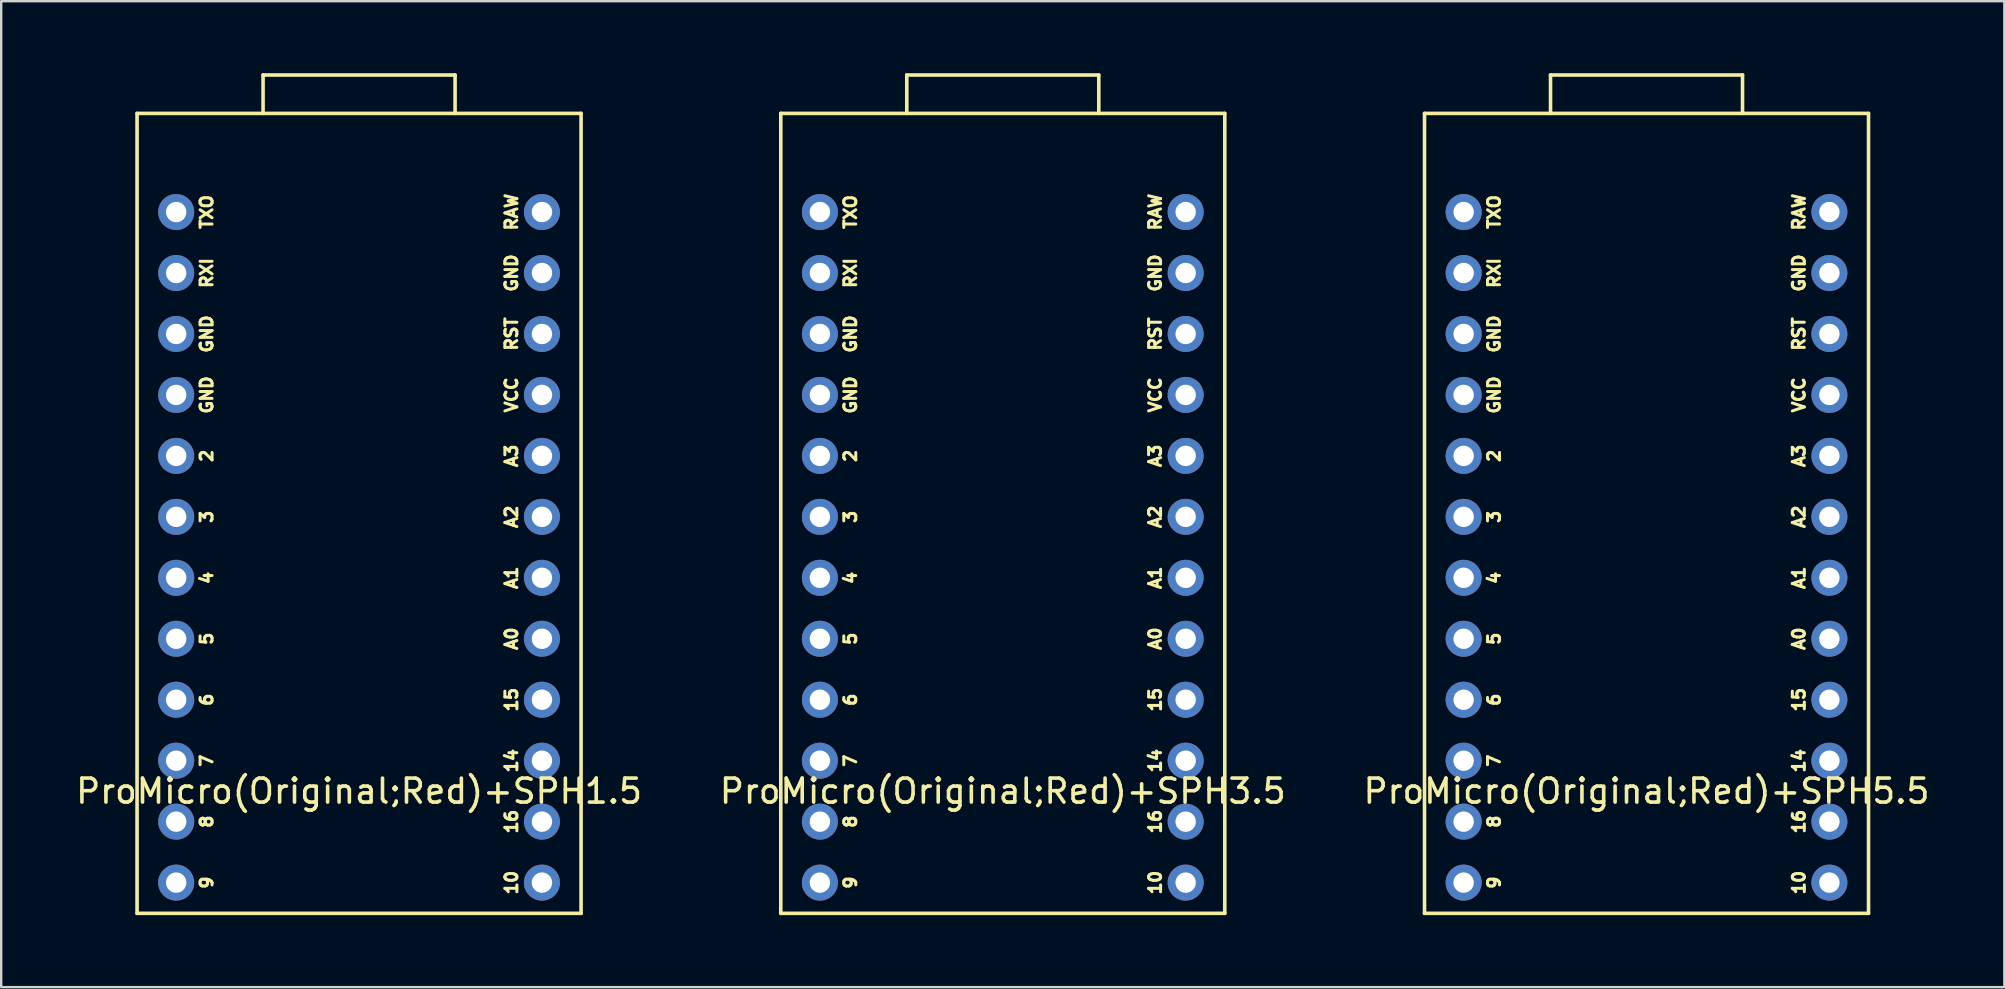
<source format=kicad_pcb>
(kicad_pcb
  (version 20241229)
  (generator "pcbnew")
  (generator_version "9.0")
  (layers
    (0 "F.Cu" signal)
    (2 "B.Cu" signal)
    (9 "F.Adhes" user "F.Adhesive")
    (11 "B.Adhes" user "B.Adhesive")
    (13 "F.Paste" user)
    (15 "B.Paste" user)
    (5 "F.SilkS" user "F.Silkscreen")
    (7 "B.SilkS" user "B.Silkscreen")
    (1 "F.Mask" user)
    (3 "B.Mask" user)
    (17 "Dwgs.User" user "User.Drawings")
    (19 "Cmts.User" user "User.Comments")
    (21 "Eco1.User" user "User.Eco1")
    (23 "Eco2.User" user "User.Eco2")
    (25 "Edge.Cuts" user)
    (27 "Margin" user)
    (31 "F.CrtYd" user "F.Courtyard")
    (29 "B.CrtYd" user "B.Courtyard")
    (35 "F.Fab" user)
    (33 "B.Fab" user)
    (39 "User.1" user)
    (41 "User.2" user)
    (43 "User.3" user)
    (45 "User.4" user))
  (footprint "ProMicro(Original;Red)+SPH1.5"
    (layer "F.Cu")
    (at 4.291 5.785)
    (property "Reference" "ProMicro(Original;Red)+SPH1.5" (at 7.62 24.13 0) (layer "F.SilkS") (effects (font (size 1 1) (thickness 0.15))))
    (attr through_hole)
    (fp_line (start -1.63 -4.11) (end -1.63 29.22) (stroke (width 0.15) (type solid)) (layer "F.SilkS"))
    (fp_line (start -1.63 29.22) (end 16.87 29.22) (stroke (width 0.15) (type solid)) (layer "F.SilkS"))
    (fp_line (start 3.62 -5.71) (end 11.62 -5.71) (stroke (width 0.15) (type solid)) (layer "F.SilkS"))
    (fp_line (start 3.62 -4.11) (end 3.62 -5.71) (stroke (width 0.15) (type solid)) (layer "F.SilkS"))
    (fp_line (start 11.62 -5.71) (end 11.62 -4.11) (stroke (width 0.15) (type solid)) (layer "F.SilkS"))
    (fp_line (start 16.87 -4.11) (end -1.63 -4.11) (stroke (width 0.15) (type solid)) (layer "F.SilkS"))
    (fp_line (start 16.87 29.22) (end 16.87 -4.11) (stroke (width 0.15) (type solid)) (layer "F.SilkS"))
    (fp_text user "RAW" (at 13.97 0 90) (layer "F.SilkS") (effects (font (size 0.5 0.5) (thickness 0.125))))
    (fp_text user "16" (at 13.97 25.4 90) (layer "F.SilkS") (effects (font (size 0.5 0.5) (thickness 0.125))))
    (fp_text user "6" (at 1.27 20.32 90) (layer "F.SilkS") (effects (font (size 0.5 0.5) (thickness 0.125))))
    (fp_text user "GND" (at 13.97 2.54 90) (layer "F.SilkS") (effects (font (size 0.5 0.5) (thickness 0.125))))
    (fp_text user "9" (at 1.27 27.94 90) (layer "F.SilkS") (effects (font (size 0.5 0.5) (thickness 0.125))))
    (fp_text user "RST" (at 13.97 5.08 90) (layer "F.SilkS") (effects (font (size 0.5 0.5) (thickness 0.125))))
    (fp_text user "8" (at 1.27 25.4 90) (layer "F.SilkS") (effects (font (size 0.5 0.5) (thickness 0.125))))
    (fp_text user "A0" (at 13.97 17.78 90) (layer "F.SilkS") (effects (font (size 0.5 0.5) (thickness 0.125))))
    (fp_text user "RXI" (at 1.27 2.54 90) (layer "F.SilkS") (effects (font (size 0.5 0.5) (thickness 0.125))))
    (fp_text user "4" (at 1.27 15.24 90) (layer "F.SilkS") (effects (font (size 0.5 0.5) (thickness 0.125))))
    (fp_text user "TXO" (at 1.27 0 90) (layer "F.SilkS") (effects (font (size 0.5 0.5) (thickness 0.125))))
    (fp_text user "A2" (at 13.97 12.7 90) (layer "F.SilkS") (effects (font (size 0.5 0.5) (thickness 0.125))))
    (fp_text user "A3" (at 13.97 10.16 90) (layer "F.SilkS") (effects (font (size 0.5 0.5) (thickness 0.125))))
    (fp_text user "15" (at 13.97 20.32 90) (layer "F.SilkS") (effects (font (size 0.5 0.5) (thickness 0.125))))
    (fp_text user "7" (at 1.27 22.86 90) (layer "F.SilkS") (effects (font (size 0.5 0.5) (thickness 0.125))))
    (fp_text user "5" (at 1.27 17.78 90) (layer "F.SilkS") (effects (font (size 0.5 0.5) (thickness 0.125))))
    (fp_text user "GND" (at 1.27 7.62 90) (layer "F.SilkS") (effects (font (size 0.5 0.5) (thickness 0.125))))
    (fp_text user "A1" (at 13.97 15.24 90) (layer "F.SilkS") (effects (font (size 0.5 0.5) (thickness 0.125))))
    (fp_text user "GND" (at 1.27 5.08 90) (layer "F.SilkS") (effects (font (size 0.5 0.5) (thickness 0.125))))
    (fp_text user "2" (at 1.27 10.16 90) (layer "F.SilkS") (effects (font (size 0.5 0.5) (thickness 0.125))))
    (fp_text user "14" (at 13.97 22.86 90) (layer "F.SilkS") (effects (font (size 0.5 0.5) (thickness 0.125))))
    (fp_text user "10" (at 13.97 27.94 90) (layer "F.SilkS") (effects (font (size 0.5 0.5) (thickness 0.125))))
    (fp_text user "VCC" (at 13.97 7.62 90) (layer "F.SilkS") (effects (font (size 0.5 0.5) (thickness 0.125))))
    (fp_text user "3" (at 1.27 12.7 90) (layer "F.SilkS") (effects (font (size 0.5 0.5) (thickness 0.125))))
    (pad "2" thru_hole circle (at 0 10.16) (size 1.5 1.5) (drill 0.85) (layers "*.Cu" "*.Mask"))
    (pad "3" thru_hole circle (at 0 12.7) (size 1.5 1.5) (drill 0.85) (layers "*.Cu" "*.Mask"))
    (pad "4" thru_hole circle (at 0 15.24) (size 1.5 1.5) (drill 0.85) (layers "*.Cu" "*.Mask"))
    (pad "5" thru_hole circle (at 0 17.78) (size 1.5 1.5) (drill 0.85) (layers "*.Cu" "*.Mask"))
    (pad "6" thru_hole circle (at 0 20.32) (size 1.5 1.5) (drill 0.85) (layers "*.Cu" "*.Mask"))
    (pad "7" thru_hole circle (at 0 22.86) (size 1.5 1.5) (drill 0.85) (layers "*.Cu" "*.Mask"))
    (pad "8" thru_hole circle (at 0 25.4) (size 1.5 1.5) (drill 0.85) (layers "*.Cu" "*.Mask"))
    (pad "9" thru_hole circle (at 0 27.94) (size 1.5 1.5) (drill 0.85) (layers "*.Cu" "*.Mask"))
    (pad "10" thru_hole circle (at 15.24 27.94) (size 1.5 1.5) (drill 0.85) (layers "*.Cu" "*.Mask"))
    (pad "14" thru_hole circle (at 15.24 22.86) (size 1.5 1.5) (drill 0.85) (layers "*.Cu" "*.Mask"))
    (pad "15" thru_hole circle (at 15.24 20.32) (size 1.5 1.5) (drill 0.85) (layers "*.Cu" "*.Mask"))
    (pad "16" thru_hole circle (at 15.24 25.4) (size 1.5 1.5) (drill 0.85) (layers "*.Cu" "*.Mask"))
    (pad "A0" thru_hole circle (at 15.24 17.78) (size 1.5 1.5) (drill 0.85) (layers "*.Cu" "*.Mask"))
    (pad "A1" thru_hole circle (at 15.24 15.24) (size 1.5 1.5) (drill 0.85) (layers "*.Cu" "*.Mask"))
    (pad "A2" thru_hole circle (at 15.24 12.7) (size 1.5 1.5) (drill 0.85) (layers "*.Cu" "*.Mask"))
    (pad "A3" thru_hole circle (at 15.24 10.16) (size 1.5 1.5) (drill 0.85) (layers "*.Cu" "*.Mask"))
    (pad "GND0" thru_hole circle (at 15.24 2.54) (size 1.5 1.5) (drill 0.85) (layers "*.Cu" "*.Mask"))
    (pad "GND1" thru_hole circle (at 0 5.08) (size 1.5 1.5) (drill 0.85) (layers "*.Cu" "*.Mask"))
    (pad "GND2" thru_hole circle (at 0 7.62) (size 1.5 1.5) (drill 0.85) (layers "*.Cu" "*.Mask"))
    (pad "RAW" thru_hole circle (at 15.24 0) (size 1.5 1.5) (drill 0.85) (layers "*.Cu" "*.Mask"))
    (pad "RST" thru_hole circle (at 15.24 5.08) (size 1.5 1.5) (drill 0.85) (layers "*.Cu" "*.Mask"))
    (pad "RXI" thru_hole circle (at 0 2.54) (size 1.5 1.5) (drill 0.85) (layers "*.Cu" "*.Mask"))
    (pad "TXO" thru_hole circle (at 0 0 90) (size 1.5 1.5) (drill 0.85) (layers "*.Cu" "*.Mask"))
    (pad "VCC" thru_hole circle (at 15.24 7.62) (size 1.5 1.5) (drill 0.85) (layers "*.Cu" "*.Mask")))
  (footprint "ProMicro(Original;Red)+SPH3.5"
    (layer "F.Cu")
    (at 31.112 5.785)
    (property "Reference" "ProMicro(Original;Red)+SPH3.5" (at 7.62 24.13 0) (layer "F.SilkS") (effects (font (size 1 1) (thickness 0.15))))
    (attr through_hole)
    (fp_line (start -1.63 -4.11) (end -1.63 29.22) (stroke (width 0.15) (type solid)) (layer "F.SilkS"))
    (fp_line (start -1.63 29.22) (end 16.87 29.22) (stroke (width 0.15) (type solid)) (layer "F.SilkS"))
    (fp_line (start 3.62 -5.71) (end 11.62 -5.71) (stroke (width 0.15) (type solid)) (layer "F.SilkS"))
    (fp_line (start 3.62 -4.11) (end 3.62 -5.71) (stroke (width 0.15) (type solid)) (layer "F.SilkS"))
    (fp_line (start 11.62 -5.71) (end 11.62 -4.11) (stroke (width 0.15) (type solid)) (layer "F.SilkS"))
    (fp_line (start 16.87 -4.11) (end -1.63 -4.11) (stroke (width 0.15) (type solid)) (layer "F.SilkS"))
    (fp_line (start 16.87 29.22) (end 16.87 -4.11) (stroke (width 0.15) (type solid)) (layer "F.SilkS"))
    (fp_text user "A2" (at 13.97 12.7 90) (layer "F.SilkS") (effects (font (size 0.5 0.5) (thickness 0.125))))
    (fp_text user "A1" (at 13.97 15.24 90) (layer "F.SilkS") (effects (font (size 0.5 0.5) (thickness 0.125))))
    (fp_text user "5" (at 1.27 17.78 90) (layer "F.SilkS") (effects (font (size 0.5 0.5) (thickness 0.125))))
    (fp_text user "GND" (at 13.97 2.54 90) (layer "F.SilkS") (effects (font (size 0.5 0.5) (thickness 0.125))))
    (fp_text user "GND" (at 1.27 5.08 90) (layer "F.SilkS") (effects (font (size 0.5 0.5) (thickness 0.125))))
    (fp_text user "RST" (at 13.97 5.08 90) (layer "F.SilkS") (effects (font (size 0.5 0.5) (thickness 0.125))))
    (fp_text user "15" (at 13.97 20.32 90) (layer "F.SilkS") (effects (font (size 0.5 0.5) (thickness 0.125))))
    (fp_text user "6" (at 1.27 20.32 90) (layer "F.SilkS") (effects (font (size 0.5 0.5) (thickness 0.125))))
    (fp_text user "RAW" (at 13.97 0 90) (layer "F.SilkS") (effects (font (size 0.5 0.5) (thickness 0.125))))
    (fp_text user "VCC" (at 13.97 7.62 90) (layer "F.SilkS") (effects (font (size 0.5 0.5) (thickness 0.125))))
    (fp_text user "RXI" (at 1.27 2.54 90) (layer "F.SilkS") (effects (font (size 0.5 0.5) (thickness 0.125))))
    (fp_text user "14" (at 13.97 22.86 90) (layer "F.SilkS") (effects (font (size 0.5 0.5) (thickness 0.125))))
    (fp_text user "A3" (at 13.97 10.16 90) (layer "F.SilkS") (effects (font (size 0.5 0.5) (thickness 0.125))))
    (fp_text user "2" (at 1.27 10.16 90) (layer "F.SilkS") (effects (font (size 0.5 0.5) (thickness 0.125))))
    (fp_text user "8" (at 1.27 25.4 90) (layer "F.SilkS") (effects (font (size 0.5 0.5) (thickness 0.125))))
    (fp_text user "A0" (at 13.97 17.78 90) (layer "F.SilkS") (effects (font (size 0.5 0.5) (thickness 0.125))))
    (fp_text user "16" (at 13.97 25.4 90) (layer "F.SilkS") (effects (font (size 0.5 0.5) (thickness 0.125))))
    (fp_text user "10" (at 13.97 27.94 90) (layer "F.SilkS") (effects (font (size 0.5 0.5) (thickness 0.125))))
    (fp_text user "4" (at 1.27 15.24 90) (layer "F.SilkS") (effects (font (size 0.5 0.5) (thickness 0.125))))
    (fp_text user "GND" (at 1.27 7.62 90) (layer "F.SilkS") (effects (font (size 0.5 0.5) (thickness 0.125))))
    (fp_text user "7" (at 1.27 22.86 90) (layer "F.SilkS") (effects (font (size 0.5 0.5) (thickness 0.125))))
    (fp_text user "9" (at 1.27 27.94 90) (layer "F.SilkS") (effects (font (size 0.5 0.5) (thickness 0.125))))
    (fp_text user "TXO" (at 1.27 0 90) (layer "F.SilkS") (effects (font (size 0.5 0.5) (thickness 0.125))))
    (fp_text user "3" (at 1.27 12.7 90) (layer "F.SilkS") (effects (font (size 0.5 0.5) (thickness 0.125))))
    (pad "2" thru_hole circle (at 0 10.16) (size 1.5 1.5) (drill 0.85) (layers "*.Cu" "*.Mask"))
    (pad "3" thru_hole circle (at 0 12.7) (size 1.5 1.5) (drill 0.85) (layers "*.Cu" "*.Mask"))
    (pad "4" thru_hole circle (at 0 15.24) (size 1.5 1.5) (drill 0.85) (layers "*.Cu" "*.Mask"))
    (pad "5" thru_hole circle (at 0 17.78) (size 1.5 1.5) (drill 0.85) (layers "*.Cu" "*.Mask"))
    (pad "6" thru_hole circle (at 0 20.32) (size 1.5 1.5) (drill 0.85) (layers "*.Cu" "*.Mask"))
    (pad "7" thru_hole circle (at 0 22.86) (size 1.5 1.5) (drill 0.85) (layers "*.Cu" "*.Mask"))
    (pad "8" thru_hole circle (at 0 25.4) (size 1.5 1.5) (drill 0.85) (layers "*.Cu" "*.Mask"))
    (pad "9" thru_hole circle (at 0 27.94) (size 1.5 1.5) (drill 0.85) (layers "*.Cu" "*.Mask"))
    (pad "10" thru_hole circle (at 15.24 27.94) (size 1.5 1.5) (drill 0.85) (layers "*.Cu" "*.Mask"))
    (pad "14" thru_hole circle (at 15.24 22.86) (size 1.5 1.5) (drill 0.85) (layers "*.Cu" "*.Mask"))
    (pad "15" thru_hole circle (at 15.24 20.32) (size 1.5 1.5) (drill 0.85) (layers "*.Cu" "*.Mask"))
    (pad "16" thru_hole circle (at 15.24 25.4) (size 1.5 1.5) (drill 0.85) (layers "*.Cu" "*.Mask"))
    (pad "A0" thru_hole circle (at 15.24 17.78) (size 1.5 1.5) (drill 0.85) (layers "*.Cu" "*.Mask"))
    (pad "A1" thru_hole circle (at 15.24 15.24) (size 1.5 1.5) (drill 0.85) (layers "*.Cu" "*.Mask"))
    (pad "A2" thru_hole circle (at 15.24 12.7) (size 1.5 1.5) (drill 0.85) (layers "*.Cu" "*.Mask"))
    (pad "A3" thru_hole circle (at 15.24 10.16) (size 1.5 1.5) (drill 0.85) (layers "*.Cu" "*.Mask"))
    (pad "GND0" thru_hole circle (at 15.24 2.54) (size 1.5 1.5) (drill 0.85) (layers "*.Cu" "*.Mask"))
    (pad "GND1" thru_hole circle (at 0 5.08) (size 1.5 1.5) (drill 0.85) (layers "*.Cu" "*.Mask"))
    (pad "GND2" thru_hole circle (at 0 7.62) (size 1.5 1.5) (drill 0.85) (layers "*.Cu" "*.Mask"))
    (pad "RAW" thru_hole circle (at 15.24 0) (size 1.5 1.5) (drill 0.85) (layers "*.Cu" "*.Mask"))
    (pad "RST" thru_hole circle (at 15.24 5.08) (size 1.5 1.5) (drill 0.85) (layers "*.Cu" "*.Mask"))
    (pad "RXI" thru_hole circle (at 0 2.54) (size 1.5 1.5) (drill 0.85) (layers "*.Cu" "*.Mask"))
    (pad "TXO" thru_hole circle (at 0 0 90) (size 1.5 1.5) (drill 0.85) (layers "*.Cu" "*.Mask"))
    (pad "VCC" thru_hole circle (at 15.24 7.62) (size 1.5 1.5) (drill 0.85) (layers "*.Cu" "*.Mask")))
  (footprint "ProMicro(Original;Red)+SPH5.5"
    (layer "F.Cu")
    (at 57.934 5.785)
    (property "Reference" "ProMicro(Original;Red)+SPH5.5" (at 7.62 24.13 0) (layer "F.SilkS") (effects (font (size 1 1) (thickness 0.15))))
    (attr through_hole)
    (fp_line (start -1.63 -4.11) (end -1.63 29.22) (stroke (width 0.15) (type solid)) (layer "F.SilkS"))
    (fp_line (start -1.63 29.22) (end 16.87 29.22) (stroke (width 0.15) (type solid)) (layer "F.SilkS"))
    (fp_line (start 3.62 -5.71) (end 11.62 -5.71) (stroke (width 0.15) (type solid)) (layer "F.SilkS"))
    (fp_line (start 3.62 -4.11) (end 3.62 -5.71) (stroke (width 0.15) (type solid)) (layer "F.SilkS"))
    (fp_line (start 11.62 -5.71) (end 11.62 -4.11) (stroke (width 0.15) (type solid)) (layer "F.SilkS"))
    (fp_line (start 16.87 -4.11) (end -1.63 -4.11) (stroke (width 0.15) (type solid)) (layer "F.SilkS"))
    (fp_line (start 16.87 29.22) (end 16.87 -4.11) (stroke (width 0.15) (type solid)) (layer "F.SilkS"))
    (fp_text user "VCC" (at 13.97 7.62 90) (layer "F.SilkS") (effects (font (size 0.5 0.5) (thickness 0.125))))
    (fp_text user "RST" (at 13.97 5.08 90) (layer "F.SilkS") (effects (font (size 0.5 0.5) (thickness 0.125))))
    (fp_text user "5" (at 1.27 17.78 90) (layer "F.SilkS") (effects (font (size 0.5 0.5) (thickness 0.125))))
    (fp_text user "3" (at 1.27 12.7 90) (layer "F.SilkS") (effects (font (size 0.5 0.5) (thickness 0.125))))
    (fp_text user "10" (at 13.97 27.94 90) (layer "F.SilkS") (effects (font (size 0.5 0.5) (thickness 0.125))))
    (fp_text user "9" (at 1.27 27.94 90) (layer "F.SilkS") (effects (font (size 0.5 0.5) (thickness 0.125))))
    (fp_text user "GND" (at 1.27 7.62 90) (layer "F.SilkS") (effects (font (size 0.5 0.5) (thickness 0.125))))
    (fp_text user "14" (at 13.97 22.86 90) (layer "F.SilkS") (effects (font (size 0.5 0.5) (thickness 0.125))))
    (fp_text user "A2" (at 13.97 12.7 90) (layer "F.SilkS") (effects (font (size 0.5 0.5) (thickness 0.125))))
    (fp_text user "GND" (at 13.97 2.54 90) (layer "F.SilkS") (effects (font (size 0.5 0.5) (thickness 0.125))))
    (fp_text user "2" (at 1.27 10.16 90) (layer "F.SilkS") (effects (font (size 0.5 0.5) (thickness 0.125))))
    (fp_text user "A1" (at 13.97 15.24 90) (layer "F.SilkS") (effects (font (size 0.5 0.5) (thickness 0.125))))
    (fp_text user "RAW" (at 13.97 0 90) (layer "F.SilkS") (effects (font (size 0.5 0.5) (thickness 0.125))))
    (fp_text user "A0" (at 13.97 17.78 90) (layer "F.SilkS") (effects (font (size 0.5 0.5) (thickness 0.125))))
    (fp_text user "16" (at 13.97 25.4 90) (layer "F.SilkS") (effects (font (size 0.5 0.5) (thickness 0.125))))
    (fp_text user "15" (at 13.97 20.32 90) (layer "F.SilkS") (effects (font (size 0.5 0.5) (thickness 0.125))))
    (fp_text user "GND" (at 1.27 5.08 90) (layer "F.SilkS") (effects (font (size 0.5 0.5) (thickness 0.125))))
    (fp_text user "TXO" (at 1.27 0 90) (layer "F.SilkS") (effects (font (size 0.5 0.5) (thickness 0.125))))
    (fp_text user "4" (at 1.27 15.24 90) (layer "F.SilkS") (effects (font (size 0.5 0.5) (thickness 0.125))))
    (fp_text user "7" (at 1.27 22.86 90) (layer "F.SilkS") (effects (font (size 0.5 0.5) (thickness 0.125))))
    (fp_text user "6" (at 1.27 20.32 90) (layer "F.SilkS") (effects (font (size 0.5 0.5) (thickness 0.125))))
    (fp_text user "A3" (at 13.97 10.16 90) (layer "F.SilkS") (effects (font (size 0.5 0.5) (thickness 0.125))))
    (fp_text user "8" (at 1.27 25.4 90) (layer "F.SilkS") (effects (font (size 0.5 0.5) (thickness 0.125))))
    (fp_text user "RXI" (at 1.27 2.54 90) (layer "F.SilkS") (effects (font (size 0.5 0.5) (thickness 0.125))))
    (pad "2" thru_hole circle (at 0 10.16) (size 1.5 1.5) (drill 0.85) (layers "*.Cu" "*.Mask"))
    (pad "3" thru_hole circle (at 0 12.7) (size 1.5 1.5) (drill 0.85) (layers "*.Cu" "*.Mask"))
    (pad "4" thru_hole circle (at 0 15.24) (size 1.5 1.5) (drill 0.85) (layers "*.Cu" "*.Mask"))
    (pad "5" thru_hole circle (at 0 17.78) (size 1.5 1.5) (drill 0.85) (layers "*.Cu" "*.Mask"))
    (pad "6" thru_hole circle (at 0 20.32) (size 1.5 1.5) (drill 0.85) (layers "*.Cu" "*.Mask"))
    (pad "7" thru_hole circle (at 0 22.86) (size 1.5 1.5) (drill 0.85) (layers "*.Cu" "*.Mask"))
    (pad "8" thru_hole circle (at 0 25.4) (size 1.5 1.5) (drill 0.85) (layers "*.Cu" "*.Mask"))
    (pad "9" thru_hole circle (at 0 27.94) (size 1.5 1.5) (drill 0.85) (layers "*.Cu" "*.Mask"))
    (pad "10" thru_hole circle (at 15.24 27.94) (size 1.5 1.5) (drill 0.85) (layers "*.Cu" "*.Mask"))
    (pad "14" thru_hole circle (at 15.24 22.86) (size 1.5 1.5) (drill 0.85) (layers "*.Cu" "*.Mask"))
    (pad "15" thru_hole circle (at 15.24 20.32) (size 1.5 1.5) (drill 0.85) (layers "*.Cu" "*.Mask"))
    (pad "16" thru_hole circle (at 15.24 25.4) (size 1.5 1.5) (drill 0.85) (layers "*.Cu" "*.Mask"))
    (pad "A0" thru_hole circle (at 15.24 17.78) (size 1.5 1.5) (drill 0.85) (layers "*.Cu" "*.Mask"))
    (pad "A1" thru_hole circle (at 15.24 15.24) (size 1.5 1.5) (drill 0.85) (layers "*.Cu" "*.Mask"))
    (pad "A2" thru_hole circle (at 15.24 12.7) (size 1.5 1.5) (drill 0.85) (layers "*.Cu" "*.Mask"))
    (pad "A3" thru_hole circle (at 15.24 10.16) (size 1.5 1.5) (drill 0.85) (layers "*.Cu" "*.Mask"))
    (pad "GND0" thru_hole circle (at 15.24 2.54) (size 1.5 1.5) (drill 0.85) (layers "*.Cu" "*.Mask"))
    (pad "GND1" thru_hole circle (at 0 5.08) (size 1.5 1.5) (drill 0.85) (layers "*.Cu" "*.Mask"))
    (pad "GND2" thru_hole circle (at 0 7.62) (size 1.5 1.5) (drill 0.85) (layers "*.Cu" "*.Mask"))
    (pad "RAW" thru_hole circle (at 15.24 0) (size 1.5 1.5) (drill 0.85) (layers "*.Cu" "*.Mask"))
    (pad "RST" thru_hole circle (at 15.24 5.08) (size 1.5 1.5) (drill 0.85) (layers "*.Cu" "*.Mask"))
    (pad "RXI" thru_hole circle (at 0 2.54) (size 1.5 1.5) (drill 0.85) (layers "*.Cu" "*.Mask"))
    (pad "TXO" thru_hole circle (at 0 0 90) (size 1.5 1.5) (drill 0.85) (layers "*.Cu" "*.Mask"))
    (pad "VCC" thru_hole circle (at 15.24 7.62) (size 1.5 1.5) (drill 0.85) (layers "*.Cu" "*.Mask")))
  (gr_rect
    (start -3 -3)
    (end 80.464 38.08)
    (stroke (width 0.1) (type default))
    (fill no)
    (layer "Edge.Cuts")))
</source>
